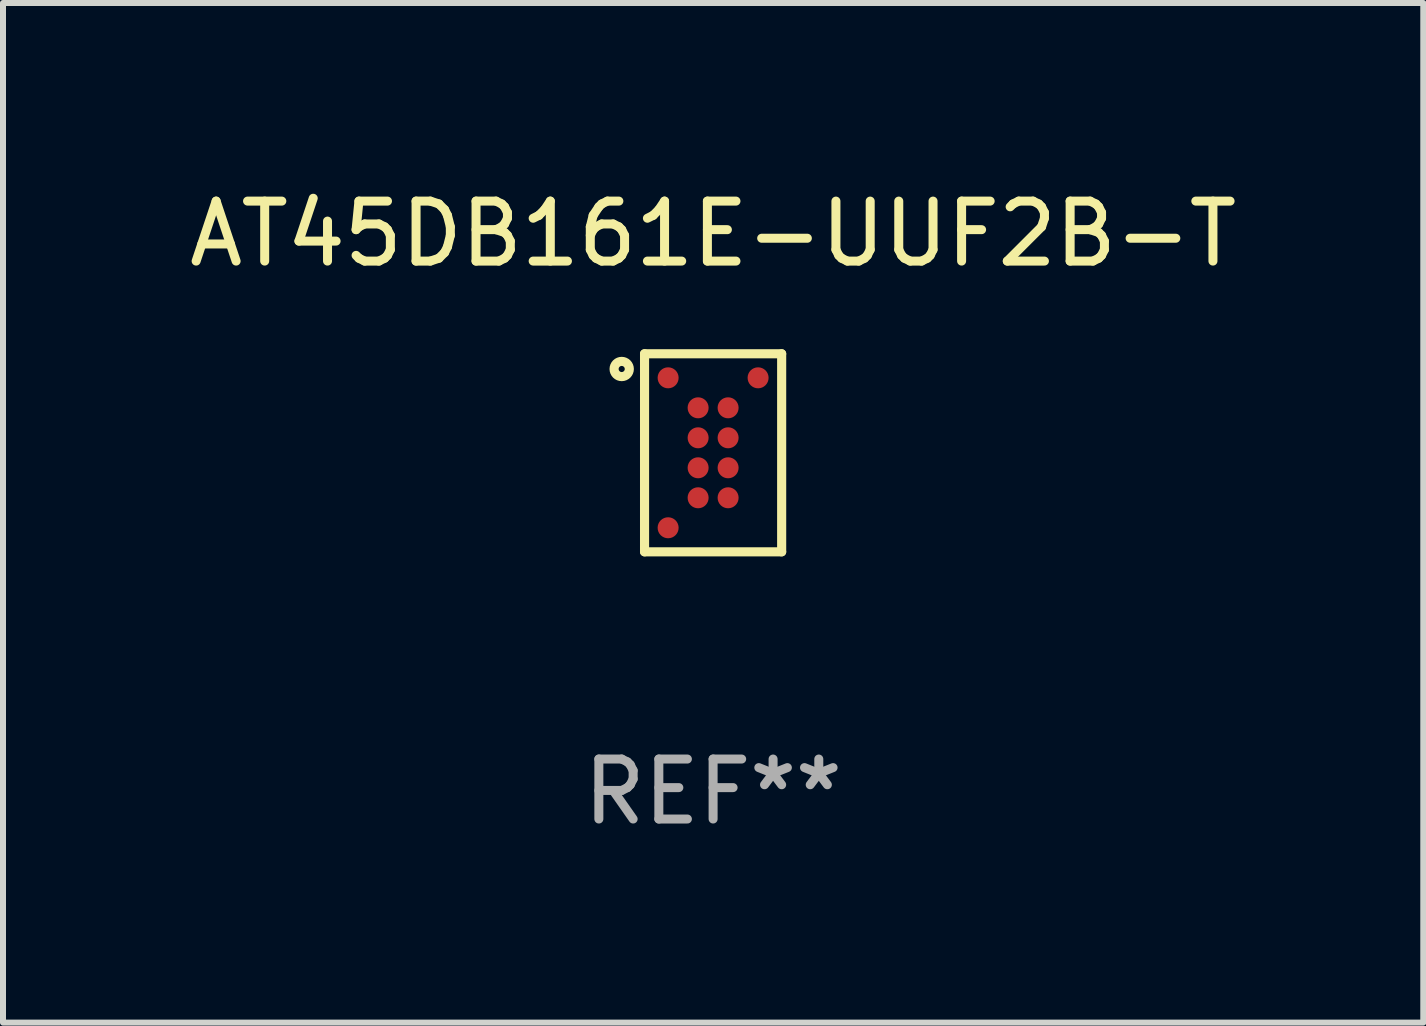
<source format=kicad_pcb>
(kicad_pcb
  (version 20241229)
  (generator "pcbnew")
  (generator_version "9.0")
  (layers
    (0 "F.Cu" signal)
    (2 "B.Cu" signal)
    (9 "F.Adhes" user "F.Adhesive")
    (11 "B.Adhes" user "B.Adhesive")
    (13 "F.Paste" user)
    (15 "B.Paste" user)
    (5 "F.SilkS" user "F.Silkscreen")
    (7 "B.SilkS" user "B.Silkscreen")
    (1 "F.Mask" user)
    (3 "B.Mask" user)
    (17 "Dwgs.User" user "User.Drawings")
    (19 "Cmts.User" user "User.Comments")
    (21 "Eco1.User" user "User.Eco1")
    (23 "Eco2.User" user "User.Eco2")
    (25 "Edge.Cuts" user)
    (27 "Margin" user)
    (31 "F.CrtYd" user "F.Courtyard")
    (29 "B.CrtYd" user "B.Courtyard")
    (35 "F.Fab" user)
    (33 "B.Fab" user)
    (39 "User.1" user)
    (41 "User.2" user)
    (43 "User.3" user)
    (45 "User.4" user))
  (footprint "AT45DB161E-UUF2B-T"
    (layer "F.Cu")
    (at 8.839 4.499)
    (property "Reference" "AT45DB161E-UUF2B-T" (at 0 -3.651 0) (layer "F.SilkS") (effects (font (size 1 1) (thickness 0.15))))
    (attr through_hole)
    (fp_line (start -1.143 -1.651) (end -1.143 1.651) (stroke (width 0.152) (type solid)) (layer "F.SilkS"))
    (fp_line (start -1.143 1.651) (end 1.143 1.651) (stroke (width 0.152) (type solid)) (layer "F.SilkS"))
    (fp_line (start 1.143 -1.651) (end -1.143 -1.651) (stroke (width 0.152) (type solid)) (layer "F.SilkS"))
    (fp_line (start 1.143 1.651) (end 1.143 -1.651) (stroke (width 0.152) (type solid)) (layer "F.SilkS"))
    (fp_circle (center -1.524 -1.397) (end -1.397 -1.397) (stroke (width 0.152) (type solid)) (fill no) (layer "F.SilkS"))
    (fp_text user "REF**" (at 0 5.651 0) (layer "F.Fab") (effects (font (size 1 1) (thickness 0.15))))
    (pad "A1" smd circle (at -0.75 -1.25) (size 0.35 0.35) (layers "F.Cu" "F.Mask" "F.Paste"))
    (pad "A4" smd circle (at 0.75 -1.25) (size 0.35 0.35) (layers "F.Cu" "F.Mask" "F.Paste"))
    (pad "B2" smd circle (at -0.25 -0.75) (size 0.35 0.35) (layers "F.Cu" "F.Mask" "F.Paste"))
    (pad "B3" smd circle (at 0.25 -0.75) (size 0.35 0.35) (layers "F.Cu" "F.Mask" "F.Paste"))
    (pad "C2" smd circle (at -0.25 -0.25) (size 0.35 0.35) (layers "F.Cu" "F.Mask" "F.Paste"))
    (pad "C3" smd circle (at 0.25 -0.25) (size 0.35 0.35) (layers "F.Cu" "F.Mask" "F.Paste"))
    (pad "D2" smd circle (at -0.25 0.25) (size 0.35 0.35) (layers "F.Cu" "F.Mask" "F.Paste"))
    (pad "D3" smd circle (at 0.25 0.25) (size 0.35 0.35) (layers "F.Cu" "F.Mask" "F.Paste"))
    (pad "E2" smd circle (at -0.25 0.75) (size 0.35 0.35) (layers "F.Cu" "F.Mask" "F.Paste"))
    (pad "E3" smd circle (at 0.25 0.75) (size 0.35 0.35) (layers "F.Cu" "F.Mask" "F.Paste"))
    (pad "F1" smd circle (at -0.75 1.25) (size 0.35 0.35) (layers "F.Cu" "F.Mask" "F.Paste")))
  (gr_rect
    (start -3 -3)
    (end 20.679 13.999)
    (stroke (width 0.1) (type default))
    (fill no)
    (layer "Edge.Cuts")))
</source>
